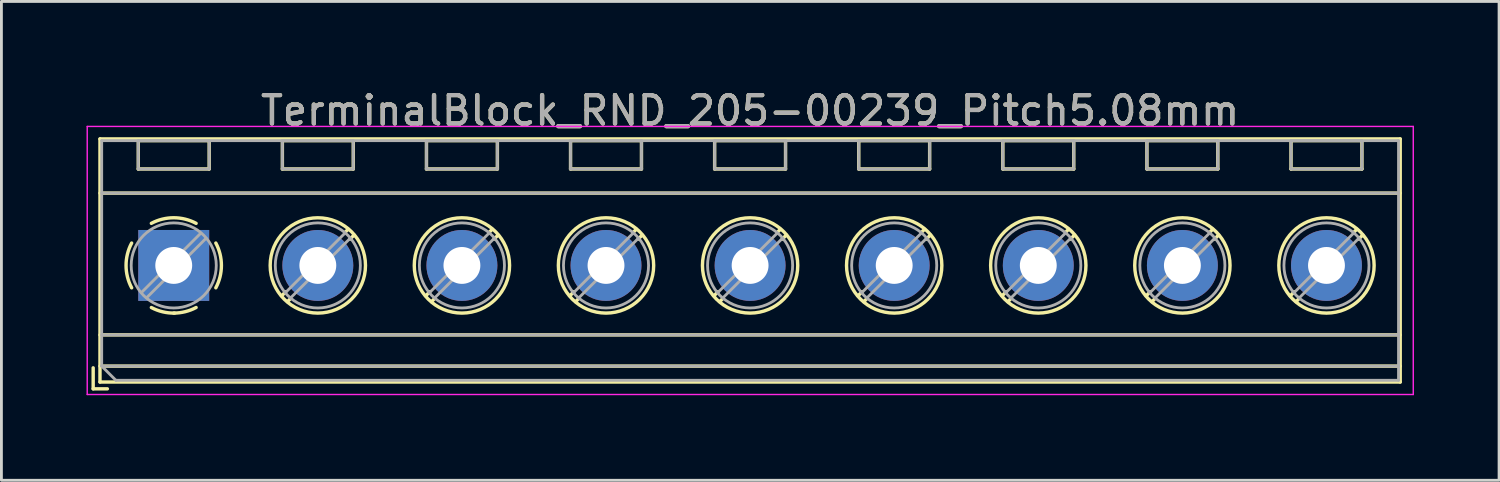
<source format=kicad_pcb>
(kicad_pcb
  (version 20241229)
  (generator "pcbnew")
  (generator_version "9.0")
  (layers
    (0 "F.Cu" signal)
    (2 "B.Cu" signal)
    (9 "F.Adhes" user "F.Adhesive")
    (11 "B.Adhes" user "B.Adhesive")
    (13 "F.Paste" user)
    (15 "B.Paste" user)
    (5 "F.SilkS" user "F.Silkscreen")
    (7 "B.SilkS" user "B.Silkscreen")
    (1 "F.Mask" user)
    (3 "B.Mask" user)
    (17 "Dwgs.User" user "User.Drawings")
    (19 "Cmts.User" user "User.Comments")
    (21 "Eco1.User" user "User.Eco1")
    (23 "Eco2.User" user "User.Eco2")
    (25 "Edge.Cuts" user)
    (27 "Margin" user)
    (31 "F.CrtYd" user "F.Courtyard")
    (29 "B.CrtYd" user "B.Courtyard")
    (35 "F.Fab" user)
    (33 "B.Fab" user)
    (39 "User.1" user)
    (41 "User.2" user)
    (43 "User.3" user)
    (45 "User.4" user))
  (footprint "TerminalBlock_RND_205-00239_Pitch5.08mm"
    (layer "F.Cu")
    (at 3.075 6.308)
    (property "Reference" "TerminalBlock_RND_205-00239_Pitch5.08mm" (at 20.32 -5.46 0) (layer "F.SilkS") (effects (font (size 1 1) (thickness 0.15))))
    (attr through_hole)
    (fp_line (start -2.84 3.61) (end -2.84 4.35) (stroke (width 0.12) (type solid)) (layer "F.SilkS"))
    (fp_line (start -2.84 4.35) (end -2.34 4.35) (stroke (width 0.12) (type solid)) (layer "F.SilkS"))
    (fp_line (start -2.6 -4.46) (end -2.6 4.11) (stroke (width 0.12) (type solid)) (layer "F.SilkS"))
    (fp_line (start -2.6 -2.55) (end 43.24 -2.55) (stroke (width 0.12) (type solid)) (layer "F.SilkS"))
    (fp_line (start -2.6 2.45) (end 43.24 2.45) (stroke (width 0.12) (type solid)) (layer "F.SilkS"))
    (fp_line (start -2.6 3.55) (end 43.24 3.55) (stroke (width 0.12) (type solid)) (layer "F.SilkS"))
    (fp_line (start -2.6 4.11) (end 43.24 4.11) (stroke (width 0.12) (type solid)) (layer "F.SilkS"))
    (fp_line (start -1.25 -4.4) (end -1.25 -3.4) (stroke (width 0.12) (type solid)) (layer "F.SilkS"))
    (fp_line (start -1.25 -4.4) (end 1.25 -4.4) (stroke (width 0.12) (type solid)) (layer "F.SilkS"))
    (fp_line (start -1.25 -3.4) (end 1.25 -3.4) (stroke (width 0.12) (type solid)) (layer "F.SilkS"))
    (fp_line (start 1.25 -4.4) (end 1.25 -3.4) (stroke (width 0.12) (type solid)) (layer "F.SilkS"))
    (fp_line (start 3.83 -4.4) (end 3.83 -3.4) (stroke (width 0.12) (type solid)) (layer "F.SilkS"))
    (fp_line (start 3.83 -4.4) (end 6.33 -4.4) (stroke (width 0.12) (type solid)) (layer "F.SilkS"))
    (fp_line (start 3.83 -3.4) (end 6.33 -3.4) (stroke (width 0.12) (type solid)) (layer "F.SilkS"))
    (fp_line (start 3.947 0.929) (end 3.806 1.069) (stroke (width 0.12) (type solid)) (layer "F.SilkS"))
    (fp_line (start 4.117 1.169) (end 4.011 1.274) (stroke (width 0.12) (type solid)) (layer "F.SilkS"))
    (fp_line (start 6.15 -1.275) (end 6.044 -1.169) (stroke (width 0.12) (type solid)) (layer "F.SilkS"))
    (fp_line (start 6.33 -4.4) (end 6.33 -3.4) (stroke (width 0.12) (type solid)) (layer "F.SilkS"))
    (fp_line (start 6.355 -1.069) (end 6.214 -0.929) (stroke (width 0.12) (type solid)) (layer "F.SilkS"))
    (fp_line (start 8.91 -4.4) (end 8.91 -3.4) (stroke (width 0.12) (type solid)) (layer "F.SilkS"))
    (fp_line (start 8.91 -4.4) (end 11.41 -4.4) (stroke (width 0.12) (type solid)) (layer "F.SilkS"))
    (fp_line (start 8.91 -3.4) (end 11.41 -3.4) (stroke (width 0.12) (type solid)) (layer "F.SilkS"))
    (fp_line (start 9.027 0.929) (end 8.886 1.069) (stroke (width 0.12) (type solid)) (layer "F.SilkS"))
    (fp_line (start 9.197 1.169) (end 9.091 1.274) (stroke (width 0.12) (type solid)) (layer "F.SilkS"))
    (fp_line (start 11.23 -1.275) (end 11.124 -1.169) (stroke (width 0.12) (type solid)) (layer "F.SilkS"))
    (fp_line (start 11.41 -4.4) (end 11.41 -3.4) (stroke (width 0.12) (type solid)) (layer "F.SilkS"))
    (fp_line (start 11.435 -1.069) (end 11.294 -0.929) (stroke (width 0.12) (type solid)) (layer "F.SilkS"))
    (fp_line (start 13.99 -4.4) (end 13.99 -3.4) (stroke (width 0.12) (type solid)) (layer "F.SilkS"))
    (fp_line (start 13.99 -4.4) (end 16.49 -4.4) (stroke (width 0.12) (type solid)) (layer "F.SilkS"))
    (fp_line (start 13.99 -3.4) (end 16.49 -3.4) (stroke (width 0.12) (type solid)) (layer "F.SilkS"))
    (fp_line (start 14.107 0.929) (end 13.966 1.069) (stroke (width 0.12) (type solid)) (layer "F.SilkS"))
    (fp_line (start 14.277 1.169) (end 14.171 1.274) (stroke (width 0.12) (type solid)) (layer "F.SilkS"))
    (fp_line (start 16.31 -1.275) (end 16.204 -1.169) (stroke (width 0.12) (type solid)) (layer "F.SilkS"))
    (fp_line (start 16.49 -4.4) (end 16.49 -3.4) (stroke (width 0.12) (type solid)) (layer "F.SilkS"))
    (fp_line (start 16.515 -1.069) (end 16.374 -0.929) (stroke (width 0.12) (type solid)) (layer "F.SilkS"))
    (fp_line (start 19.07 -4.4) (end 19.07 -3.4) (stroke (width 0.12) (type solid)) (layer "F.SilkS"))
    (fp_line (start 19.07 -4.4) (end 21.57 -4.4) (stroke (width 0.12) (type solid)) (layer "F.SilkS"))
    (fp_line (start 19.07 -3.4) (end 21.57 -3.4) (stroke (width 0.12) (type solid)) (layer "F.SilkS"))
    (fp_line (start 19.187 0.929) (end 19.046 1.069) (stroke (width 0.12) (type solid)) (layer "F.SilkS"))
    (fp_line (start 19.357 1.169) (end 19.251 1.274) (stroke (width 0.12) (type solid)) (layer "F.SilkS"))
    (fp_line (start 21.39 -1.275) (end 21.284 -1.169) (stroke (width 0.12) (type solid)) (layer "F.SilkS"))
    (fp_line (start 21.57 -4.4) (end 21.57 -3.4) (stroke (width 0.12) (type solid)) (layer "F.SilkS"))
    (fp_line (start 21.595 -1.069) (end 21.454 -0.929) (stroke (width 0.12) (type solid)) (layer "F.SilkS"))
    (fp_line (start 24.15 -4.4) (end 24.15 -3.4) (stroke (width 0.12) (type solid)) (layer "F.SilkS"))
    (fp_line (start 24.15 -4.4) (end 26.65 -4.4) (stroke (width 0.12) (type solid)) (layer "F.SilkS"))
    (fp_line (start 24.15 -3.4) (end 26.65 -3.4) (stroke (width 0.12) (type solid)) (layer "F.SilkS"))
    (fp_line (start 24.267 0.929) (end 24.126 1.069) (stroke (width 0.12) (type solid)) (layer "F.SilkS"))
    (fp_line (start 24.437 1.169) (end 24.331 1.274) (stroke (width 0.12) (type solid)) (layer "F.SilkS"))
    (fp_line (start 26.47 -1.275) (end 26.364 -1.169) (stroke (width 0.12) (type solid)) (layer "F.SilkS"))
    (fp_line (start 26.65 -4.4) (end 26.65 -3.4) (stroke (width 0.12) (type solid)) (layer "F.SilkS"))
    (fp_line (start 26.675 -1.069) (end 26.534 -0.929) (stroke (width 0.12) (type solid)) (layer "F.SilkS"))
    (fp_line (start 29.23 -4.4) (end 29.23 -3.4) (stroke (width 0.12) (type solid)) (layer "F.SilkS"))
    (fp_line (start 29.23 -4.4) (end 31.73 -4.4) (stroke (width 0.12) (type solid)) (layer "F.SilkS"))
    (fp_line (start 29.23 -3.4) (end 31.73 -3.4) (stroke (width 0.12) (type solid)) (layer "F.SilkS"))
    (fp_line (start 29.347 0.929) (end 29.206 1.069) (stroke (width 0.12) (type solid)) (layer "F.SilkS"))
    (fp_line (start 29.517 1.169) (end 29.411 1.274) (stroke (width 0.12) (type solid)) (layer "F.SilkS"))
    (fp_line (start 31.55 -1.275) (end 31.444 -1.169) (stroke (width 0.12) (type solid)) (layer "F.SilkS"))
    (fp_line (start 31.73 -4.4) (end 31.73 -3.4) (stroke (width 0.12) (type solid)) (layer "F.SilkS"))
    (fp_line (start 31.755 -1.069) (end 31.614 -0.929) (stroke (width 0.12) (type solid)) (layer "F.SilkS"))
    (fp_line (start 34.31 -4.4) (end 34.31 -3.4) (stroke (width 0.12) (type solid)) (layer "F.SilkS"))
    (fp_line (start 34.31 -4.4) (end 36.81 -4.4) (stroke (width 0.12) (type solid)) (layer "F.SilkS"))
    (fp_line (start 34.31 -3.4) (end 36.81 -3.4) (stroke (width 0.12) (type solid)) (layer "F.SilkS"))
    (fp_line (start 34.427 0.929) (end 34.286 1.069) (stroke (width 0.12) (type solid)) (layer "F.SilkS"))
    (fp_line (start 34.597 1.169) (end 34.491 1.274) (stroke (width 0.12) (type solid)) (layer "F.SilkS"))
    (fp_line (start 36.63 -1.275) (end 36.524 -1.169) (stroke (width 0.12) (type solid)) (layer "F.SilkS"))
    (fp_line (start 36.81 -4.4) (end 36.81 -3.4) (stroke (width 0.12) (type solid)) (layer "F.SilkS"))
    (fp_line (start 36.835 -1.069) (end 36.694 -0.929) (stroke (width 0.12) (type solid)) (layer "F.SilkS"))
    (fp_line (start 39.39 -4.4) (end 39.39 -3.4) (stroke (width 0.12) (type solid)) (layer "F.SilkS"))
    (fp_line (start 39.39 -4.4) (end 41.89 -4.4) (stroke (width 0.12) (type solid)) (layer "F.SilkS"))
    (fp_line (start 39.39 -3.4) (end 41.89 -3.4) (stroke (width 0.12) (type solid)) (layer "F.SilkS"))
    (fp_line (start 39.507 0.929) (end 39.366 1.069) (stroke (width 0.12) (type solid)) (layer "F.SilkS"))
    (fp_line (start 39.677 1.169) (end 39.571 1.274) (stroke (width 0.12) (type solid)) (layer "F.SilkS"))
    (fp_line (start 41.71 -1.275) (end 41.604 -1.169) (stroke (width 0.12) (type solid)) (layer "F.SilkS"))
    (fp_line (start 41.89 -4.4) (end 41.89 -3.4) (stroke (width 0.12) (type solid)) (layer "F.SilkS"))
    (fp_line (start 41.915 -1.069) (end 41.774 -0.929) (stroke (width 0.12) (type solid)) (layer "F.SilkS"))
    (fp_line (start 43.24 -4.46) (end -2.6 -4.46) (stroke (width 0.12) (type solid)) (layer "F.SilkS"))
    (fp_line (start 43.24 4.11) (end 43.24 -4.46) (stroke (width 0.12) (type solid)) (layer "F.SilkS"))
    (fp_arc (start -1.483953 0.789089) (mid -1.680708 0.00005) (end -1.484 -0.789) (stroke (width 0.12) (type solid)) (layer "F.SilkS"))
    (fp_arc (start -0.789089 -1.483953) (mid -0.00005 -1.680708) (end 0.789 -1.484) (stroke (width 0.12) (type solid)) (layer "F.SilkS"))
    (fp_arc (start 0.029383 1.68045) (mid -0.392304 1.634281) (end -0.789 1.484) (stroke (width 0.12) (type solid)) (layer "F.SilkS"))
    (fp_arc (start 0.788712 1.483352) (mid 0.406429 1.630097) (end 0 1.68) (stroke (width 0.12) (type solid)) (layer "F.SilkS"))
    (fp_arc (start 1.483953 -0.789089) (mid 1.680708 -0.00005) (end 1.484 0.789) (stroke (width 0.12) (type solid)) (layer "F.SilkS"))
    (fp_circle (center 5.08 0) (end 6.76 0) (stroke (width 0.12) (type solid)) (fill no) (layer "F.SilkS"))
    (fp_circle (center 10.16 0) (end 11.84 0) (stroke (width 0.12) (type solid)) (fill no) (layer "F.SilkS"))
    (fp_circle (center 15.24 0) (end 16.92 0) (stroke (width 0.12) (type solid)) (fill no) (layer "F.SilkS"))
    (fp_circle (center 20.32 0) (end 22 0) (stroke (width 0.12) (type solid)) (fill no) (layer "F.SilkS"))
    (fp_circle (center 25.4 0) (end 27.08 0) (stroke (width 0.12) (type solid)) (fill no) (layer "F.SilkS"))
    (fp_circle (center 30.48 0) (end 32.16 0) (stroke (width 0.12) (type solid)) (fill no) (layer "F.SilkS"))
    (fp_circle (center 35.56 0) (end 37.24 0) (stroke (width 0.12) (type solid)) (fill no) (layer "F.SilkS"))
    (fp_circle (center 40.64 0) (end 42.32 0) (stroke (width 0.12) (type solid)) (fill no) (layer "F.SilkS"))
    (fp_line (start -3.05 -4.9) (end -3.05 4.55) (stroke (width 0.05) (type solid)) (layer "F.CrtYd"))
    (fp_line (start -3.05 4.55) (end 43.7 4.55) (stroke (width 0.05) (type solid)) (layer "F.CrtYd"))
    (fp_line (start 43.7 -4.9) (end -3.05 -4.9) (stroke (width 0.05) (type solid)) (layer "F.CrtYd"))
    (fp_line (start 43.7 4.55) (end 43.7 -4.9) (stroke (width 0.05) (type solid)) (layer "F.CrtYd"))
    (fp_line (start -2.54 -4.4) (end 43.18 -4.4) (stroke (width 0.1) (type solid)) (layer "F.Fab"))
    (fp_line (start -2.54 -2.55) (end 43.18 -2.55) (stroke (width 0.1) (type solid)) (layer "F.Fab"))
    (fp_line (start -2.54 2.45) (end 43.18 2.45) (stroke (width 0.1) (type solid)) (layer "F.Fab"))
    (fp_line (start -2.54 3.55) (end -2.54 -4.4) (stroke (width 0.1) (type solid)) (layer "F.Fab"))
    (fp_line (start -2.54 3.55) (end 43.18 3.55) (stroke (width 0.1) (type solid)) (layer "F.Fab"))
    (fp_line (start -2.04 4.05) (end -2.54 3.55) (stroke (width 0.1) (type solid)) (layer "F.Fab"))
    (fp_line (start -1.25 -4.4) (end -1.25 -3.4) (stroke (width 0.1) (type solid)) (layer "F.Fab"))
    (fp_line (start -1.25 -3.4) (end 1.25 -3.4) (stroke (width 0.1) (type solid)) (layer "F.Fab"))
    (fp_line (start 0.955 -1.138) (end -1.138 0.955) (stroke (width 0.1) (type solid)) (layer "F.Fab"))
    (fp_line (start 1.138 -0.955) (end -0.955 1.138) (stroke (width 0.1) (type solid)) (layer "F.Fab"))
    (fp_line (start 1.25 -4.4) (end -1.25 -4.4) (stroke (width 0.1) (type solid)) (layer "F.Fab"))
    (fp_line (start 1.25 -3.4) (end 1.25 -4.4) (stroke (width 0.1) (type solid)) (layer "F.Fab"))
    (fp_line (start 3.83 -4.4) (end 3.83 -3.4) (stroke (width 0.1) (type solid)) (layer "F.Fab"))
    (fp_line (start 3.83 -3.4) (end 6.33 -3.4) (stroke (width 0.1) (type solid)) (layer "F.Fab"))
    (fp_line (start 6.035 -1.138) (end 3.943 0.955) (stroke (width 0.1) (type solid)) (layer "F.Fab"))
    (fp_line (start 6.218 -0.955) (end 4.126 1.138) (stroke (width 0.1) (type solid)) (layer "F.Fab"))
    (fp_line (start 6.33 -4.4) (end 3.83 -4.4) (stroke (width 0.1) (type solid)) (layer "F.Fab"))
    (fp_line (start 6.33 -3.4) (end 6.33 -4.4) (stroke (width 0.1) (type solid)) (layer "F.Fab"))
    (fp_line (start 8.91 -4.4) (end 8.91 -3.4) (stroke (width 0.1) (type solid)) (layer "F.Fab"))
    (fp_line (start 8.91 -3.4) (end 11.41 -3.4) (stroke (width 0.1) (type solid)) (layer "F.Fab"))
    (fp_line (start 11.115 -1.138) (end 9.023 0.955) (stroke (width 0.1) (type solid)) (layer "F.Fab"))
    (fp_line (start 11.298 -0.955) (end 9.206 1.138) (stroke (width 0.1) (type solid)) (layer "F.Fab"))
    (fp_line (start 11.41 -4.4) (end 8.91 -4.4) (stroke (width 0.1) (type solid)) (layer "F.Fab"))
    (fp_line (start 11.41 -3.4) (end 11.41 -4.4) (stroke (width 0.1) (type solid)) (layer "F.Fab"))
    (fp_line (start 13.99 -4.4) (end 13.99 -3.4) (stroke (width 0.1) (type solid)) (layer "F.Fab"))
    (fp_line (start 13.99 -3.4) (end 16.49 -3.4) (stroke (width 0.1) (type solid)) (layer "F.Fab"))
    (fp_line (start 16.195 -1.138) (end 14.103 0.955) (stroke (width 0.1) (type solid)) (layer "F.Fab"))
    (fp_line (start 16.378 -0.955) (end 14.286 1.138) (stroke (width 0.1) (type solid)) (layer "F.Fab"))
    (fp_line (start 16.49 -4.4) (end 13.99 -4.4) (stroke (width 0.1) (type solid)) (layer "F.Fab"))
    (fp_line (start 16.49 -3.4) (end 16.49 -4.4) (stroke (width 0.1) (type solid)) (layer "F.Fab"))
    (fp_line (start 19.07 -4.4) (end 19.07 -3.4) (stroke (width 0.1) (type solid)) (layer "F.Fab"))
    (fp_line (start 19.07 -3.4) (end 21.57 -3.4) (stroke (width 0.1) (type solid)) (layer "F.Fab"))
    (fp_line (start 21.275 -1.138) (end 19.183 0.955) (stroke (width 0.1) (type solid)) (layer "F.Fab"))
    (fp_line (start 21.458 -0.955) (end 19.366 1.138) (stroke (width 0.1) (type solid)) (layer "F.Fab"))
    (fp_line (start 21.57 -4.4) (end 19.07 -4.4) (stroke (width 0.1) (type solid)) (layer "F.Fab"))
    (fp_line (start 21.57 -3.4) (end 21.57 -4.4) (stroke (width 0.1) (type solid)) (layer "F.Fab"))
    (fp_line (start 24.15 -4.4) (end 24.15 -3.4) (stroke (width 0.1) (type solid)) (layer "F.Fab"))
    (fp_line (start 24.15 -3.4) (end 26.65 -3.4) (stroke (width 0.1) (type solid)) (layer "F.Fab"))
    (fp_line (start 26.355 -1.138) (end 24.263 0.955) (stroke (width 0.1) (type solid)) (layer "F.Fab"))
    (fp_line (start 26.538 -0.955) (end 24.446 1.138) (stroke (width 0.1) (type solid)) (layer "F.Fab"))
    (fp_line (start 26.65 -4.4) (end 24.15 -4.4) (stroke (width 0.1) (type solid)) (layer "F.Fab"))
    (fp_line (start 26.65 -3.4) (end 26.65 -4.4) (stroke (width 0.1) (type solid)) (layer "F.Fab"))
    (fp_line (start 29.23 -4.4) (end 29.23 -3.4) (stroke (width 0.1) (type solid)) (layer "F.Fab"))
    (fp_line (start 29.23 -3.4) (end 31.73 -3.4) (stroke (width 0.1) (type solid)) (layer "F.Fab"))
    (fp_line (start 31.435 -1.138) (end 29.343 0.955) (stroke (width 0.1) (type solid)) (layer "F.Fab"))
    (fp_line (start 31.618 -0.955) (end 29.526 1.138) (stroke (width 0.1) (type solid)) (layer "F.Fab"))
    (fp_line (start 31.73 -4.4) (end 29.23 -4.4) (stroke (width 0.1) (type solid)) (layer "F.Fab"))
    (fp_line (start 31.73 -3.4) (end 31.73 -4.4) (stroke (width 0.1) (type solid)) (layer "F.Fab"))
    (fp_line (start 34.31 -4.4) (end 34.31 -3.4) (stroke (width 0.1) (type solid)) (layer "F.Fab"))
    (fp_line (start 34.31 -3.4) (end 36.81 -3.4) (stroke (width 0.1) (type solid)) (layer "F.Fab"))
    (fp_line (start 36.515 -1.138) (end 34.423 0.955) (stroke (width 0.1) (type solid)) (layer "F.Fab"))
    (fp_line (start 36.698 -0.955) (end 34.606 1.138) (stroke (width 0.1) (type solid)) (layer "F.Fab"))
    (fp_line (start 36.81 -4.4) (end 34.31 -4.4) (stroke (width 0.1) (type solid)) (layer "F.Fab"))
    (fp_line (start 36.81 -3.4) (end 36.81 -4.4) (stroke (width 0.1) (type solid)) (layer "F.Fab"))
    (fp_line (start 39.39 -4.4) (end 39.39 -3.4) (stroke (width 0.1) (type solid)) (layer "F.Fab"))
    (fp_line (start 39.39 -3.4) (end 41.89 -3.4) (stroke (width 0.1) (type solid)) (layer "F.Fab"))
    (fp_line (start 41.595 -1.138) (end 39.503 0.955) (stroke (width 0.1) (type solid)) (layer "F.Fab"))
    (fp_line (start 41.778 -0.955) (end 39.686 1.138) (stroke (width 0.1) (type solid)) (layer "F.Fab"))
    (fp_line (start 41.89 -4.4) (end 39.39 -4.4) (stroke (width 0.1) (type solid)) (layer "F.Fab"))
    (fp_line (start 41.89 -3.4) (end 41.89 -4.4) (stroke (width 0.1) (type solid)) (layer "F.Fab"))
    (fp_line (start 43.18 -4.4) (end 43.18 4.05) (stroke (width 0.1) (type solid)) (layer "F.Fab"))
    (fp_line (start 43.18 4.05) (end -2.04 4.05) (stroke (width 0.1) (type solid)) (layer "F.Fab"))
    (fp_circle (center 0 0) (end 1.5 0) (stroke (width 0.1) (type solid)) (fill no) (layer "F.Fab"))
    (fp_circle (center 5.08 0) (end 6.58 0) (stroke (width 0.1) (type solid)) (fill no) (layer "F.Fab"))
    (fp_circle (center 10.16 0) (end 11.66 0) (stroke (width 0.1) (type solid)) (fill no) (layer "F.Fab"))
    (fp_circle (center 15.24 0) (end 16.74 0) (stroke (width 0.1) (type solid)) (fill no) (layer "F.Fab"))
    (fp_circle (center 20.32 0) (end 21.82 0) (stroke (width 0.1) (type solid)) (fill no) (layer "F.Fab"))
    (fp_circle (center 25.4 0) (end 26.9 0) (stroke (width 0.1) (type solid)) (fill no) (layer "F.Fab"))
    (fp_circle (center 30.48 0) (end 31.98 0) (stroke (width 0.1) (type solid)) (fill no) (layer "F.Fab"))
    (fp_circle (center 35.56 0) (end 37.06 0) (stroke (width 0.1) (type solid)) (fill no) (layer "F.Fab"))
    (fp_circle (center 40.64 0) (end 42.14 0) (stroke (width 0.1) (type solid)) (fill no) (layer "F.Fab"))
    (fp_text user "${REFERENCE}" (at 20.32 -5.46 0) (layer "F.Fab") (effects (font (size 1 1) (thickness 0.15))))
    (pad "1" thru_hole rect (at 0 0) (size 2.5 2.5) (drill 1.3) (layers "*.Cu" "*.Mask"))
    (pad "2" thru_hole oval (at 5.08 0) (size 2.5 2.5) (drill 1.3) (layers "*.Cu" "*.Mask"))
    (pad "3" thru_hole oval (at 10.16 0) (size 2.5 2.5) (drill 1.3) (layers "*.Cu" "*.Mask"))
    (pad "4" thru_hole oval (at 15.24 0) (size 2.5 2.5) (drill 1.3) (layers "*.Cu" "*.Mask"))
    (pad "5" thru_hole oval (at 20.32 0) (size 2.5 2.5) (drill 1.3) (layers "*.Cu" "*.Mask"))
    (pad "6" thru_hole oval (at 25.4 0) (size 2.5 2.5) (drill 1.3) (layers "*.Cu" "*.Mask"))
    (pad "7" thru_hole oval (at 30.48 0) (size 2.5 2.5) (drill 1.3) (layers "*.Cu" "*.Mask"))
    (pad "8" thru_hole oval (at 35.56 0) (size 2.5 2.5) (drill 1.3) (layers "*.Cu" "*.Mask"))
    (pad "9" thru_hole oval (at 40.64 0) (size 2.5 2.5) (drill 1.3) (layers "*.Cu" "*.Mask")))
  (gr_rect
    (start -3 -3)
    (end 49.8 13.883)
    (stroke (width 0.1) (type default))
    (fill no)
    (layer "Edge.Cuts")))
</source>
